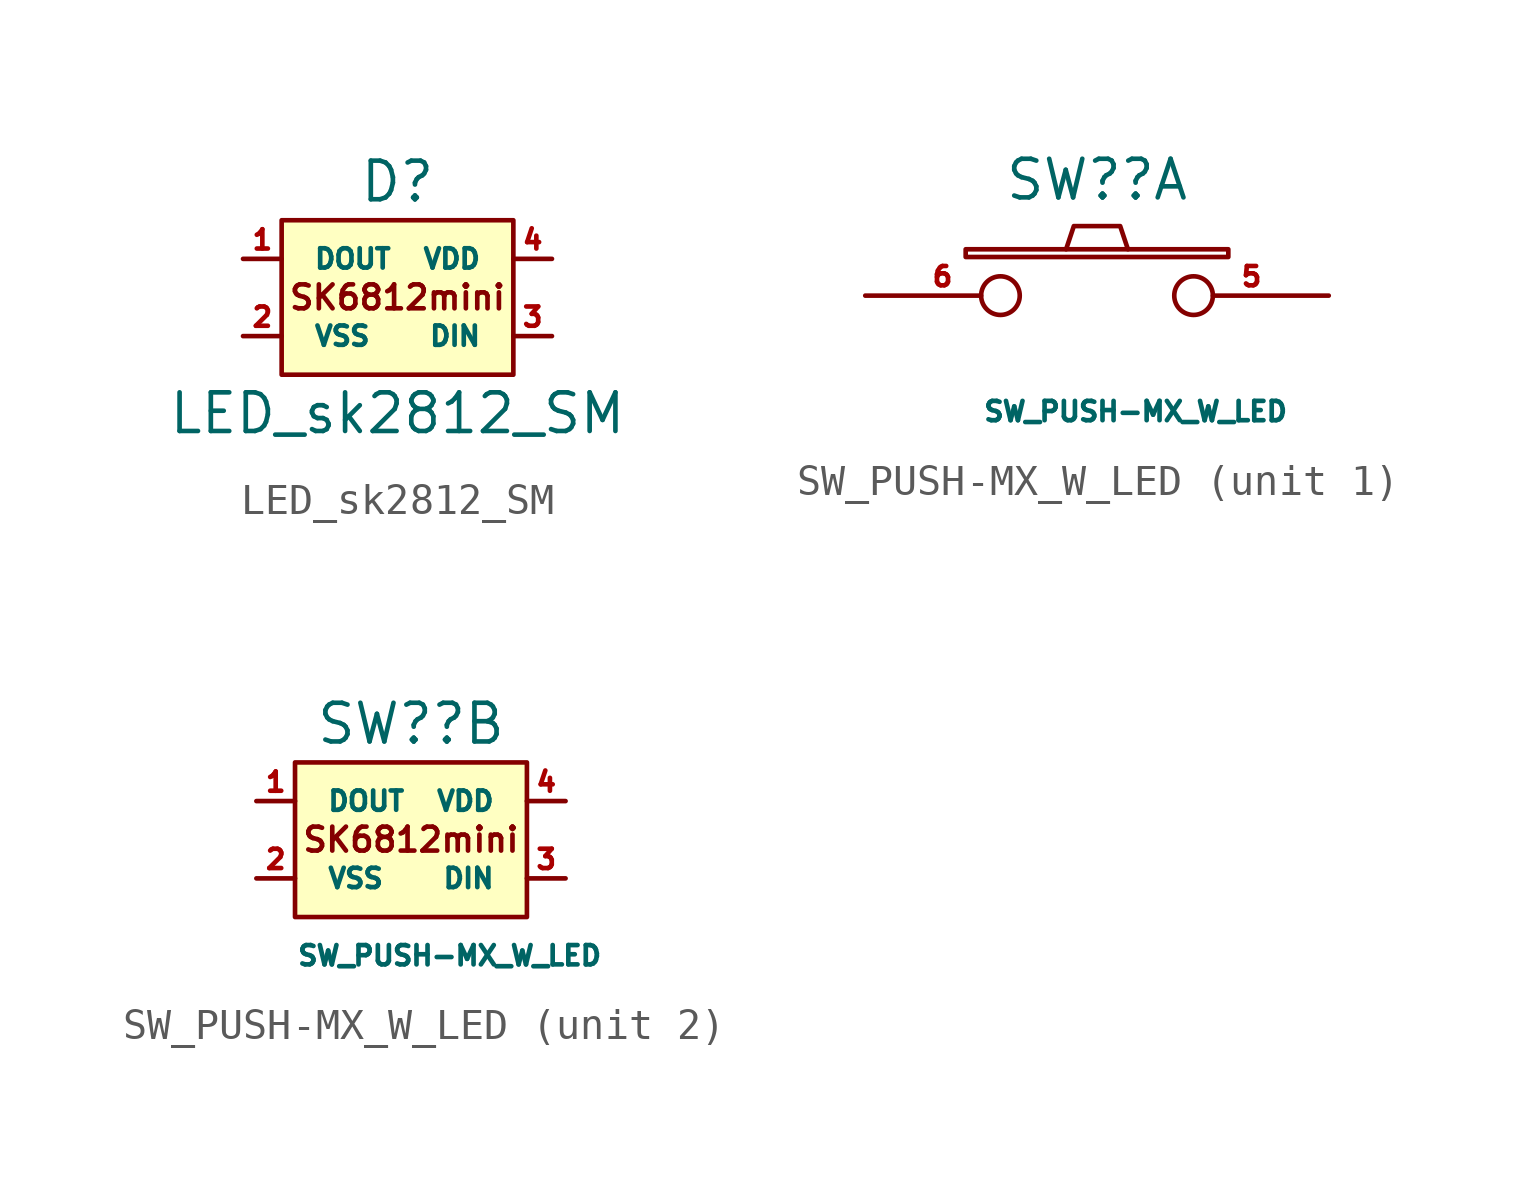
<source format=kicad_sym>
(kicad_symbol_lib
  (version 20220914)
  (generator kicad_symbol_editor)
  (symbol "LED_sk2812_SM"
    (pin_names
      (offset 1.016))
    (property "Reference" "D"
      (at 0 3.81 0)
      (effects (font (size 1.27 1.27))))
    (property "Value" "LED_sk2812_SM"
      (at 0 -3.81 0)
      (effects (font (size 1.27 1.27))))
    (symbol "LED_sk2812_SM_1_1"
      (rectangle (start 3.81 -2.54) (end -3.81 2.54) (stroke (width 0) (type solid)) (fill (type background)))
      (text "SK6812mini" (at 0 0 0) (effects (font (size 0.787 0.787))))
      (pin output line (at -5.08 1.27 0) (length 1.27) (name "DOUT" (effects (font (size 0.635 0.635)))) (number "1" (effects (font (size 0.635 0.635)))))
      (pin power_in line (at -5.08 -1.27 0) (length 1.27) (name "VSS" (effects (font (size 0.635 0.635)))) (number "2" (effects (font (size 0.635 0.635)))))
      (pin input line (at 5.08 -1.27 180) (length 1.27) (name "DIN" (effects (font (size 0.635 0.635)))) (number "3" (effects (font (size 0.635 0.635)))))
      (pin power_in line (at 5.08 1.27 180) (length 1.27) (name "VDD" (effects (font (size 0.635 0.635)))) (number "4" (effects (font (size 0.635 0.635)))))))
  (symbol "SW_PUSH-MX_W_LED"
    (pin_names
      (offset 1.016))
    (property "Reference" "SW?"
      (at 0 3.81 0)
      (effects (font (size 1.27 1.27))))
    (property "Value" "SW_PUSH-MX_W_LED"
      (at 1.27 -3.81 0)
      (effects (font (size 0.635 0.635))))
    (property "ki_locked" ""
      (at 0 0 0)
      (effects (font (size 1.27 1.27))))
    (symbol "SW_PUSH-MX_W_LED_1_1"
      (rectangle (start -4.318 1.27) (end 4.318 1.524) (stroke (width 0) (type solid)) (fill (type none)))
      (polyline (pts (xy -1.016 1.524) (xy -0.762 2.286) (xy 0.762 2.286) (xy 1.016 1.524)) (stroke (width 0) (type solid)) (fill (type none)))
      (pin passive inverted (at 7.62 0 180) (length 5.08) (name "~" (effects (font (size 0.61 0.61)))) (number "5" (effects (font (size 0.635 0.635)))))
      (pin passive inverted (at -7.62 0 0) (length 5.08) (name "~" (effects (font (size 0.61 0.61)))) (number "6" (effects (font (size 0.635 0.635))))))
    (symbol "SW_PUSH-MX_W_LED_2_0"
      (text "SK6812mini" (at 0 0 0) (effects (font (size 0.787 0.787)))))
    (symbol "SW_PUSH-MX_W_LED_2_1"
      (rectangle (start 3.81 -2.54) (end -3.81 2.54) (stroke (width 0) (type solid)) (fill (type background)))
      (pin output line (at -5.08 1.27 0) (length 1.27) (name "DOUT" (effects (font (size 0.635 0.635)))) (number "1" (effects (font (size 0.635 0.635)))))
      (pin power_in line (at -5.08 -1.27 0) (length 1.27) (name "VSS" (effects (font (size 0.635 0.635)))) (number "2" (effects (font (size 0.635 0.635)))))
      (pin input line (at 5.08 -1.27 180) (length 1.27) (name "DIN" (effects (font (size 0.635 0.635)))) (number "3" (effects (font (size 0.635 0.635)))))
      (pin power_in line (at 5.08 1.27 180) (length 1.27) (name "VDD" (effects (font (size 0.635 0.635)))) (number "4" (effects (font (size 0.635 0.635))))))))
</source>
